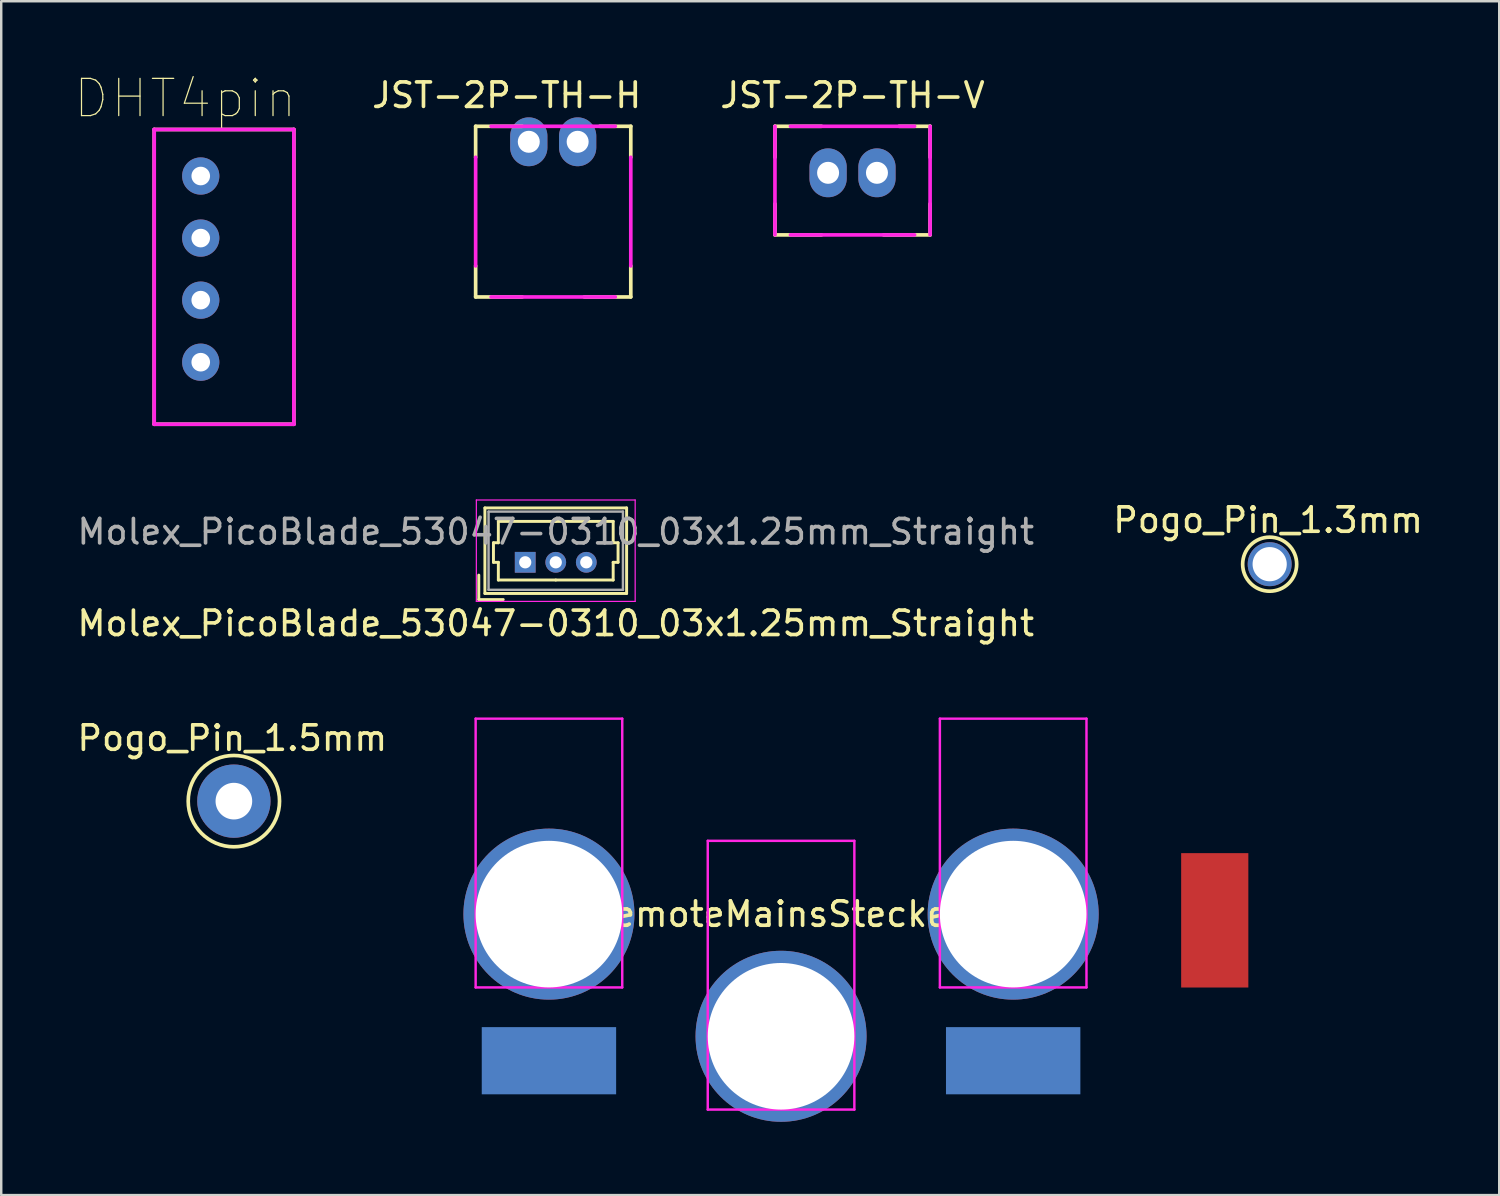
<source format=kicad_pcb>
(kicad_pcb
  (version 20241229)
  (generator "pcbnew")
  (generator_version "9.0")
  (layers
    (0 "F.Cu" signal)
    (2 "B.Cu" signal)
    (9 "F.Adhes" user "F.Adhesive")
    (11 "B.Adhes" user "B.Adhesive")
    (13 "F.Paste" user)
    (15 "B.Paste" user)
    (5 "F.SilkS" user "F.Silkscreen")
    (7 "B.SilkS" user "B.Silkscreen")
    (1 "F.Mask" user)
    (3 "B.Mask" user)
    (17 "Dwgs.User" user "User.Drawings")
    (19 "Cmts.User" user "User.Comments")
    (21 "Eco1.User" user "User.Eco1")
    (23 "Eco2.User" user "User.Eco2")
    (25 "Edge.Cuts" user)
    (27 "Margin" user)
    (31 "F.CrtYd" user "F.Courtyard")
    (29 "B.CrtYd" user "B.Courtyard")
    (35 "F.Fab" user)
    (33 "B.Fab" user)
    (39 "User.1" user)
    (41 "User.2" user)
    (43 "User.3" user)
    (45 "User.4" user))
  (footprint "Pogo_Pin_1.3mm"
    (layer "F.Cu")
    (at 48.915 20.041)
    (property "Reference" "Pogo_Pin_1.3mm" (at -0.064 -1.803 0) (layer "F.SilkS") (effects (font (size 1 1) (thickness 0.15))))
    (attr through_hole)
    (fp_circle (center 0 0) (end 1.105 -0.038) (stroke (width 0.15) (type solid)) (fill no) (layer "F.SilkS"))
    (pad "1" thru_hole circle (at 0 0) (size 1.8 1.8) (drill 1.4) (layers "*.Cu" "*.Mask")))
  (footprint "Pogo_Pin_1.5mm"
    (layer "F.Cu")
    (at 6.522 29.739)
    (property "Reference" "Pogo_Pin_1.5mm" (at -0.064 -2.578 0) (layer "F.SilkS") (effects (font (size 1 1) (thickness 0.15))))
    (attr through_hole)
    (fp_circle (center 0 0) (end 1.869 0) (stroke (width 0.15) (type solid)) (fill no) (layer "F.SilkS"))
    (pad "1" thru_hole circle (at 0 0) (size 3 3) (drill 1.5) (layers "*.Cu" "*.Mask")))
  (footprint "remoteMainsStecker"
    (layer "F.Cu")
    (at 28.917 34.363)
    (property "Reference" "remoteMainsStecker" (at 0 0 0) (layer "F.SilkS") (effects (font (size 1 1) (thickness 0.15))))
    (attr through_hole)
    (fp_line (start -12.5 -8) (end -6.5 -8) (stroke (width 0.1) (type solid)) (layer "F.CrtYd"))
    (fp_line (start -12.5 3) (end -12.5 -8) (stroke (width 0.1) (type solid)) (layer "F.CrtYd"))
    (fp_line (start -6.5 -8) (end -6.5 3) (stroke (width 0.1) (type solid)) (layer "F.CrtYd"))
    (fp_line (start -6.5 3) (end -12.5 3) (stroke (width 0.1) (type solid)) (layer "F.CrtYd"))
    (fp_line (start -3 -3) (end 3 -3) (stroke (width 0.1) (type solid)) (layer "F.CrtYd"))
    (fp_line (start -3 8) (end -3 -3) (stroke (width 0.1) (type solid)) (layer "F.CrtYd"))
    (fp_line (start 3 -3) (end 3 8) (stroke (width 0.1) (type solid)) (layer "F.CrtYd"))
    (fp_line (start 3 8) (end -3 8) (stroke (width 0.1) (type solid)) (layer "F.CrtYd"))
    (fp_line (start 6.5 -8) (end 12.5 -8) (stroke (width 0.1) (type solid)) (layer "F.CrtYd"))
    (fp_line (start 6.5 3) (end 6.5 -8) (stroke (width 0.1) (type solid)) (layer "F.CrtYd"))
    (fp_line (start 12.5 -8) (end 12.5 3) (stroke (width 0.1) (type solid)) (layer "F.CrtYd"))
    (fp_line (start 12.5 3) (end 6.5 3) (stroke (width 0.1) (type solid)) (layer "F.CrtYd"))
    (pad "1" smd rect (at 17.75 0.254) (size 2.75 5.5) (layers "F.Cu" "F.Mask" "F.Paste"))
    (pad "2" thru_hole circle (at 9.5 0) (size 7 7) (drill 6) (layers "*.Cu" "*.Mask"))
    (pad "2" smd rect (at 9.5 6) (size 5.5 2.75) (layers "B.Cu" "B.Mask" "B.Paste"))
    (pad "3" thru_hole circle (at 0 5) (size 7 7) (drill 6) (layers "*.Cu" "*.Mask"))
    (pad "4" thru_hole circle (at -9.5 0) (size 7 7) (drill 6) (layers "*.Cu" "*.Mask"))
    (pad "4" smd rect (at -9.5 6) (size 5.5 2.75) (layers "B.Cu" "B.Mask" "B.Paste")))
  (footprint "JST-2P-TH-H"
    (layer "F.Cu")
    (at 19.592 2.753)
    (property "Reference" "JST-2P-TH-H" (at -1.905 -1.905 0) (layer "F.SilkS") (effects (font (size 1 1) (thickness 0.15))))
    (attr smd)
    (fp_line (start -3.175 -0.635) (end -1.27 -0.635) (stroke (width 0.15) (type solid)) (layer "F.SilkS"))
    (fp_line (start -3.175 0.635) (end -3.175 -0.635) (stroke (width 0.15) (type solid)) (layer "F.SilkS"))
    (fp_line (start -3.175 6.35) (end -3.175 5.08) (stroke (width 0.15) (type solid)) (layer "F.SilkS"))
    (fp_line (start -1.27 6.35) (end -3.175 6.35) (stroke (width 0.15) (type solid)) (layer "F.SilkS"))
    (fp_line (start 1.905 -0.635) (end 3.175 -0.635) (stroke (width 0.15) (type solid)) (layer "F.SilkS"))
    (fp_line (start 3.175 -0.635) (end 3.175 0.635) (stroke (width 0.15) (type solid)) (layer "F.SilkS"))
    (fp_line (start 3.175 5.08) (end 3.175 6.35) (stroke (width 0.15) (type solid)) (layer "F.SilkS"))
    (fp_line (start 3.175 6.35) (end 1.27 6.35) (stroke (width 0.15) (type solid)) (layer "F.SilkS"))
    (fp_line (start -3.175 0.635) (end -3.175 5.08) (stroke (width 0.15) (type solid)) (layer "F.CrtYd"))
    (fp_line (start -2.54 6.35) (end 2.54 6.35) (stroke (width 0.15) (type solid)) (layer "F.CrtYd"))
    (fp_line (start 2.54 -0.635) (end -2.54 -0.635) (stroke (width 0.15) (type solid)) (layer "F.CrtYd"))
    (fp_line (start 3.175 5.08) (end 3.175 0.635) (stroke (width 0.15) (type solid)) (layer "F.CrtYd"))
    (pad "1" thru_hole oval (at -1 0 90) (size 2 1.524) (drill 0.9) (layers "*.Cu" "*.Paste" "*.Mask"))
    (pad "2" thru_hole oval (at 1 0 90) (size 2 1.524) (drill 0.9) (layers "*.Cu" "*.Paste" "*.Mask")))
  (footprint "DHT4pin"
    (layer "F.Cu")
    (at 5.166 7.964)
    (property "Reference" "DHT4pin" (at -0.635 -6.985 0) (layer "F.SilkS") (effects (font (size 1.524 1.524) (thickness 0.05))))
    (attr smd)
    (fp_line (start -1.905 -5.715) (end 3.81 -5.715) (stroke (width 0.15) (type solid)) (layer "F.SilkS"))
    (fp_line (start -1.905 6.35) (end -1.905 -5.715) (stroke (width 0.15) (type solid)) (layer "F.SilkS"))
    (fp_line (start 3.81 -5.715) (end 3.81 6.35) (stroke (width 0.15) (type solid)) (layer "F.SilkS"))
    (fp_line (start 3.81 6.35) (end -1.905 6.35) (stroke (width 0.15) (type solid)) (layer "F.SilkS"))
    (fp_line (start -1.905 -5.715) (end 3.81 -5.715) (stroke (width 0.15) (type solid)) (layer "F.CrtYd"))
    (fp_line (start -1.905 6.35) (end -1.905 -5.715) (stroke (width 0.15) (type solid)) (layer "F.CrtYd"))
    (fp_line (start 3.81 -5.715) (end 3.81 6.35) (stroke (width 0.15) (type solid)) (layer "F.CrtYd"))
    (fp_line (start 3.81 6.35) (end -1.905 6.35) (stroke (width 0.15) (type solid)) (layer "F.CrtYd"))
    (pad "1" thru_hole circle (at 0 3.81 90) (size 1.524 1.524) (drill 0.762) (layers "*.Cu" "*.Paste" "*.Mask"))
    (pad "2" thru_hole circle (at 0 1.27 90) (size 1.524 1.524) (drill 0.762) (layers "*.Cu" "*.Paste" "*.Mask"))
    (pad "3" thru_hole circle (at 0 -1.27 90) (size 1.524 1.524) (drill 0.762) (layers "*.Cu" "*.Paste" "*.Mask"))
    (pad "4" thru_hole circle (at 0 -3.81 90) (size 1.524 1.524) (drill 0.762) (layers "*.Cu" "*.Paste" "*.Mask")))
  (footprint "Molex_PicoBlade_53047-0310_03x1.25mm_Straight"
    (layer "F.Cu")
    (at 18.446 19.964)
    (property "Reference" "Molex_PicoBlade_53047-0310_03x1.25mm_Straight" (at 1.25 2.5 0) (layer "F.SilkS") (effects (font (size 1 1) (thickness 0.15))))
    (attr through_hole)
    (fp_line (start -1.9 1.525) (end -1.9 0.525) (stroke (width 0.12) (type solid)) (layer "F.SilkS"))
    (fp_line (start -1.9 1.525) (end -0.9 1.525) (stroke (width 0.12) (type solid)) (layer "F.SilkS"))
    (fp_line (start -1.65 -2.225) (end -1.65 1.275) (stroke (width 0.12) (type solid)) (layer "F.SilkS"))
    (fp_line (start -1.65 1.275) (end 4.15 1.275) (stroke (width 0.12) (type solid)) (layer "F.SilkS"))
    (fp_line (start -1.3 -0.8) (end -1.1 -0.8) (stroke (width 0.12) (type solid)) (layer "F.SilkS"))
    (fp_line (start -1.3 0) (end -1.3 -0.8) (stroke (width 0.12) (type solid)) (layer "F.SilkS"))
    (fp_line (start -1.1 -1.675) (end 1.25 -1.675) (stroke (width 0.12) (type solid)) (layer "F.SilkS"))
    (fp_line (start -1.1 -0.8) (end -1.1 -1.675) (stroke (width 0.12) (type solid)) (layer "F.SilkS"))
    (fp_line (start -1.1 0) (end -1.3 0) (stroke (width 0.12) (type solid)) (layer "F.SilkS"))
    (fp_line (start -1.1 0.725) (end -1.1 0) (stroke (width 0.12) (type solid)) (layer "F.SilkS"))
    (fp_line (start 1.25 0.725) (end -1.1 0.725) (stroke (width 0.12) (type solid)) (layer "F.SilkS"))
    (fp_line (start 1.25 0.725) (end 3.6 0.725) (stroke (width 0.12) (type solid)) (layer "F.SilkS"))
    (fp_line (start 3.6 -1.675) (end 1.25 -1.675) (stroke (width 0.12) (type solid)) (layer "F.SilkS"))
    (fp_line (start 3.6 -0.8) (end 3.6 -1.675) (stroke (width 0.12) (type solid)) (layer "F.SilkS"))
    (fp_line (start 3.6 0) (end 3.8 0) (stroke (width 0.12) (type solid)) (layer "F.SilkS"))
    (fp_line (start 3.6 0.725) (end 3.6 0) (stroke (width 0.12) (type solid)) (layer "F.SilkS"))
    (fp_line (start 3.8 -0.8) (end 3.6 -0.8) (stroke (width 0.12) (type solid)) (layer "F.SilkS"))
    (fp_line (start 3.8 0) (end 3.8 -0.8) (stroke (width 0.12) (type solid)) (layer "F.SilkS"))
    (fp_line (start 4.15 -2.225) (end -1.65 -2.225) (stroke (width 0.12) (type solid)) (layer "F.SilkS"))
    (fp_line (start 4.15 1.275) (end 4.15 -2.225) (stroke (width 0.12) (type solid)) (layer "F.SilkS"))
    (fp_line (start -2 -2.55) (end -2 1.6) (stroke (width 0.05) (type solid)) (layer "F.CrtYd"))
    (fp_line (start -2 1.6) (end 4.5 1.6) (stroke (width 0.05) (type solid)) (layer "F.CrtYd"))
    (fp_line (start 4.5 -2.55) (end -2 -2.55) (stroke (width 0.05) (type solid)) (layer "F.CrtYd"))
    (fp_line (start 4.5 1.6) (end 4.5 -2.55) (stroke (width 0.05) (type solid)) (layer "F.CrtYd"))
    (fp_line (start -1.5 -2.075) (end -1.5 1.125) (stroke (width 0.1) (type solid)) (layer "F.Fab"))
    (fp_line (start -1.5 1.125) (end 4 1.125) (stroke (width 0.1) (type solid)) (layer "F.Fab"))
    (fp_line (start 4 -2.075) (end -1.5 -2.075) (stroke (width 0.1) (type solid)) (layer "F.Fab"))
    (fp_line (start 4 1.125) (end 4 -2.075) (stroke (width 0.1) (type solid)) (layer "F.Fab"))
    (fp_text user "${REFERENCE}" (at 1.25 -1.25 0) (layer "F.Fab") (effects (font (size 1 1) (thickness 0.15))))
    (pad "1" thru_hole rect (at 0 0) (size 0.85 0.85) (drill 0.5) (layers "*.Cu" "*.Mask"))
    (pad "2" thru_hole circle (at 1.25 0) (size 0.85 0.85) (drill 0.5) (layers "*.Cu" "*.Mask"))
    (pad "3" thru_hole circle (at 2.5 0) (size 0.85 0.85) (drill 0.5) (layers "*.Cu" "*.Mask")))
  (footprint "JST-2P-TH-V"
    (layer "F.Cu")
    (at 31.842 4.023)
    (property "Reference" "JST-2P-TH-V" (at 0 -3.175 0) (layer "F.SilkS") (effects (font (size 1 1) (thickness 0.15))))
    (attr smd)
    (fp_line (start -3.175 -1.905) (end -1.27 -1.905) (stroke (width 0.15) (type solid)) (layer "F.SilkS"))
    (fp_line (start -3.175 -0.635) (end -3.175 -1.905) (stroke (width 0.15) (type solid)) (layer "F.SilkS"))
    (fp_line (start -3.175 2.54) (end -3.175 1.27) (stroke (width 0.15) (type solid)) (layer "F.SilkS"))
    (fp_line (start -1.27 2.54) (end -3.175 2.54) (stroke (width 0.15) (type solid)) (layer "F.SilkS"))
    (fp_line (start 1.905 -1.905) (end 3.175 -1.905) (stroke (width 0.15) (type solid)) (layer "F.SilkS"))
    (fp_line (start 3.175 -1.905) (end 3.175 -0.635) (stroke (width 0.15) (type solid)) (layer "F.SilkS"))
    (fp_line (start 3.175 1.27) (end 3.175 2.54) (stroke (width 0.15) (type solid)) (layer "F.SilkS"))
    (fp_line (start 3.175 2.54) (end 1.27 2.54) (stroke (width 0.15) (type solid)) (layer "F.SilkS"))
    (fp_line (start -3.175 -1.905) (end -3.175 2.54) (stroke (width 0.15) (type solid)) (layer "F.CrtYd"))
    (fp_line (start -2.54 2.54) (end 2.54 2.54) (stroke (width 0.15) (type solid)) (layer "F.CrtYd"))
    (fp_line (start 2.54 -1.905) (end -2.54 -1.905) (stroke (width 0.15) (type solid)) (layer "F.CrtYd"))
    (fp_line (start 3.175 2.54) (end 3.175 -1.905) (stroke (width 0.15) (type solid)) (layer "F.CrtYd"))
    (pad "1" thru_hole oval (at -1 0 90) (size 2 1.524) (drill 0.9) (layers "*.Cu" "*.Paste" "*.Mask"))
    (pad "2" thru_hole oval (at 1 0 90) (size 2 1.524) (drill 0.9) (layers "*.Cu" "*.Paste" "*.Mask")))
  (gr_rect
    (start -3 -3)
    (end 58.31 45.863)
    (stroke (width 0.1) (type default))
    (fill no)
    (layer "Edge.Cuts")))
</source>
